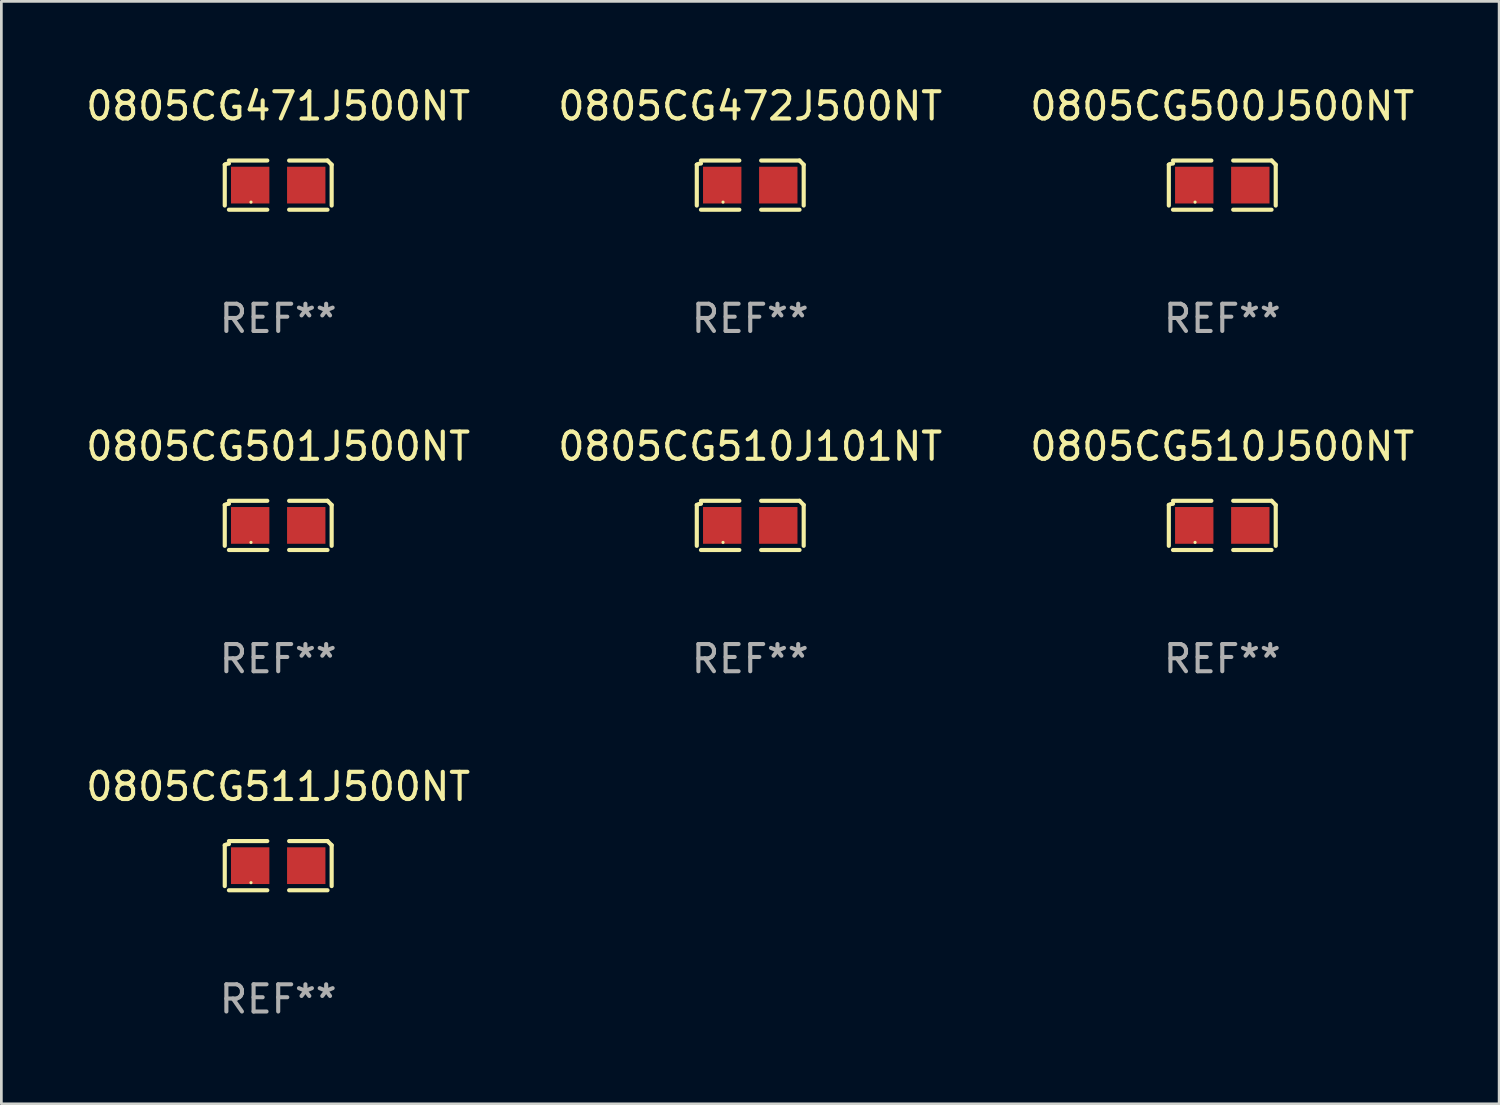
<source format=kicad_pcb>
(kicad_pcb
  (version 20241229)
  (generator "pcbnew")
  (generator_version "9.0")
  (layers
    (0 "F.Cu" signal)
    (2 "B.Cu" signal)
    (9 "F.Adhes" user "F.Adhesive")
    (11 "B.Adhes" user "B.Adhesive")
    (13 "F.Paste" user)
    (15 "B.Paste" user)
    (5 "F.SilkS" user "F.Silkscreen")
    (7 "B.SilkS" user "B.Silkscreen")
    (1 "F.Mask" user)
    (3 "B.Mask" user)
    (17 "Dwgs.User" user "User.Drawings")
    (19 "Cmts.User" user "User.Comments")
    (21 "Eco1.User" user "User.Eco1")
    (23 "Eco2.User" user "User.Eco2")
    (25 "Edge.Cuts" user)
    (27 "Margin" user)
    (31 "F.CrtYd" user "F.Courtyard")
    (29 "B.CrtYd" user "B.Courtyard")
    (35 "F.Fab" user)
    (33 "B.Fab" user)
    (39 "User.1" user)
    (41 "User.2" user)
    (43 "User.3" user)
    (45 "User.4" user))
  (footprint "0805CG471J500NT"
    (layer "F.Cu")
    (at 7.173 3.752)
    (property "Reference" "0805CG471J500NT" (at 0 -2.904 0) (layer "F.SilkS") (effects (font (size 1 1) (thickness 0.15))))
    (attr through_hole)
    (fp_line (start -1.964 0.751) (end -1.964 -0.751) (stroke (width 0.152) (type solid)) (layer "F.SilkS"))
    (fp_line (start -1.811 -0.904) (end -0.401 -0.904) (stroke (width 0.152) (type solid)) (layer "F.SilkS"))
    (fp_line (start -0.401 0.904) (end -1.811 0.904) (stroke (width 0.152) (type solid)) (layer "F.SilkS"))
    (fp_line (start 0.401 0.904) (end 1.811 0.904) (stroke (width 0.152) (type solid)) (layer "F.SilkS"))
    (fp_line (start 1.811 -0.904) (end 0.401 -0.904) (stroke (width 0.152) (type solid)) (layer "F.SilkS"))
    (fp_line (start 1.964 0.751) (end 1.964 -0.751) (stroke (width 0.152) (type solid)) (layer "F.SilkS"))
    (fp_arc (start -1.963602 -0.751207) (mid -1.890354 -0.783131) (end -1.811201 -0.794044) (stroke (width 0.1524) (type solid)) (layer "F.SilkS"))
    (fp_arc (start 1.811202 -0.903607) (mid 1.887413 -0.827418) (end 1.963602 -0.751207) (stroke (width 0.1524) (type solid)) (layer "F.SilkS"))
    (fp_circle (center -1 0.625) (end -0.97 0.625) (stroke (width 0.06) (type solid)) (fill no) (layer "F.SilkS"))
    (fp_text user "REF**" (at 0 4.904 0) (layer "F.Fab") (effects (font (size 1 1) (thickness 0.15))))
    (pad "1" smd rect (at -1.03 0) (size 1.41 1.35) (layers "F.Cu" "F.Mask" "F.Paste"))
    (pad "2" smd rect (at 1.03 0) (size 1.41 1.35) (layers "F.Cu" "F.Mask" "F.Paste")))
  (footprint "0805CG472J500NT"
    (layer "F.Cu")
    (at 24.518 3.752)
    (property "Reference" "0805CG472J500NT" (at 0 -2.904 0) (layer "F.SilkS") (effects (font (size 1 1) (thickness 0.15))))
    (attr through_hole)
    (fp_line (start -1.964 0.751) (end -1.964 -0.751) (stroke (width 0.152) (type solid)) (layer "F.SilkS"))
    (fp_line (start -1.811 -0.904) (end -0.401 -0.904) (stroke (width 0.152) (type solid)) (layer "F.SilkS"))
    (fp_line (start -0.401 0.904) (end -1.811 0.904) (stroke (width 0.152) (type solid)) (layer "F.SilkS"))
    (fp_line (start 0.401 0.904) (end 1.811 0.904) (stroke (width 0.152) (type solid)) (layer "F.SilkS"))
    (fp_line (start 1.811 -0.904) (end 0.401 -0.904) (stroke (width 0.152) (type solid)) (layer "F.SilkS"))
    (fp_line (start 1.964 0.751) (end 1.964 -0.751) (stroke (width 0.152) (type solid)) (layer "F.SilkS"))
    (fp_arc (start -1.963602 -0.751207) (mid -1.890354 -0.783131) (end -1.811201 -0.794044) (stroke (width 0.1524) (type solid)) (layer "F.SilkS"))
    (fp_arc (start 1.811202 -0.903607) (mid 1.887413 -0.827418) (end 1.963602 -0.751207) (stroke (width 0.1524) (type solid)) (layer "F.SilkS"))
    (fp_circle (center -1 0.625) (end -0.97 0.625) (stroke (width 0.06) (type solid)) (fill no) (layer "F.SilkS"))
    (fp_text user "REF**" (at 0 4.904 0) (layer "F.Fab") (effects (font (size 1 1) (thickness 0.15))))
    (pad "1" smd rect (at -1.03 0) (size 1.41 1.35) (layers "F.Cu" "F.Mask" "F.Paste"))
    (pad "2" smd rect (at 1.03 0) (size 1.41 1.35) (layers "F.Cu" "F.Mask" "F.Paste")))
  (footprint "0805CG500J500NT"
    (layer "F.Cu")
    (at 41.863 3.752)
    (property "Reference" "0805CG500J500NT" (at 0 -2.904 0) (layer "F.SilkS") (effects (font (size 1 1) (thickness 0.15))))
    (attr through_hole)
    (fp_line (start -1.964 0.751) (end -1.964 -0.751) (stroke (width 0.152) (type solid)) (layer "F.SilkS"))
    (fp_line (start -1.811 -0.904) (end -0.401 -0.904) (stroke (width 0.152) (type solid)) (layer "F.SilkS"))
    (fp_line (start -0.401 0.904) (end -1.811 0.904) (stroke (width 0.152) (type solid)) (layer "F.SilkS"))
    (fp_line (start 0.401 0.904) (end 1.811 0.904) (stroke (width 0.152) (type solid)) (layer "F.SilkS"))
    (fp_line (start 1.811 -0.904) (end 0.401 -0.904) (stroke (width 0.152) (type solid)) (layer "F.SilkS"))
    (fp_line (start 1.964 0.751) (end 1.964 -0.751) (stroke (width 0.152) (type solid)) (layer "F.SilkS"))
    (fp_arc (start -1.963602 -0.751207) (mid -1.890354 -0.783131) (end -1.811201 -0.794044) (stroke (width 0.1524) (type solid)) (layer "F.SilkS"))
    (fp_arc (start 1.811202 -0.903607) (mid 1.887413 -0.827418) (end 1.963602 -0.751207) (stroke (width 0.1524) (type solid)) (layer "F.SilkS"))
    (fp_circle (center -1 0.625) (end -0.97 0.625) (stroke (width 0.06) (type solid)) (fill no) (layer "F.SilkS"))
    (fp_text user "REF**" (at 0 4.904 0) (layer "F.Fab") (effects (font (size 1 1) (thickness 0.15))))
    (pad "1" smd rect (at -1.03 0) (size 1.41 1.35) (layers "F.Cu" "F.Mask" "F.Paste"))
    (pad "2" smd rect (at 1.03 0) (size 1.41 1.35) (layers "F.Cu" "F.Mask" "F.Paste")))
  (footprint "0805CG511J500NT"
    (layer "F.Cu")
    (at 7.173 28.759)
    (property "Reference" "0805CG511J500NT" (at 0 -2.904 0) (layer "F.SilkS") (effects (font (size 1 1) (thickness 0.15))))
    (attr through_hole)
    (fp_line (start -1.964 0.751) (end -1.964 -0.751) (stroke (width 0.152) (type solid)) (layer "F.SilkS"))
    (fp_line (start -1.811 -0.904) (end -0.401 -0.904) (stroke (width 0.152) (type solid)) (layer "F.SilkS"))
    (fp_line (start -0.401 0.904) (end -1.811 0.904) (stroke (width 0.152) (type solid)) (layer "F.SilkS"))
    (fp_line (start 0.401 0.904) (end 1.811 0.904) (stroke (width 0.152) (type solid)) (layer "F.SilkS"))
    (fp_line (start 1.811 -0.904) (end 0.401 -0.904) (stroke (width 0.152) (type solid)) (layer "F.SilkS"))
    (fp_line (start 1.964 0.751) (end 1.964 -0.751) (stroke (width 0.152) (type solid)) (layer "F.SilkS"))
    (fp_arc (start -1.963602 -0.751207) (mid -1.890354 -0.783131) (end -1.811201 -0.794044) (stroke (width 0.1524) (type solid)) (layer "F.SilkS"))
    (fp_arc (start 1.811202 -0.903607) (mid 1.887413 -0.827418) (end 1.963602 -0.751207) (stroke (width 0.1524) (type solid)) (layer "F.SilkS"))
    (fp_circle (center -1 0.625) (end -0.97 0.625) (stroke (width 0.06) (type solid)) (fill no) (layer "F.SilkS"))
    (fp_text user "REF**" (at 0 4.904 0) (layer "F.Fab") (effects (font (size 1 1) (thickness 0.15))))
    (pad "1" smd rect (at -1.03 0) (size 1.41 1.35) (layers "F.Cu" "F.Mask" "F.Paste"))
    (pad "2" smd rect (at 1.03 0) (size 1.41 1.35) (layers "F.Cu" "F.Mask" "F.Paste")))
  (footprint "0805CG510J500NT"
    (layer "F.Cu")
    (at 41.863 16.256)
    (property "Reference" "0805CG510J500NT" (at 0 -2.904 0) (layer "F.SilkS") (effects (font (size 1 1) (thickness 0.15))))
    (attr through_hole)
    (fp_line (start -1.964 0.751) (end -1.964 -0.751) (stroke (width 0.152) (type solid)) (layer "F.SilkS"))
    (fp_line (start -1.811 -0.904) (end -0.401 -0.904) (stroke (width 0.152) (type solid)) (layer "F.SilkS"))
    (fp_line (start -0.401 0.904) (end -1.811 0.904) (stroke (width 0.152) (type solid)) (layer "F.SilkS"))
    (fp_line (start 0.401 0.904) (end 1.811 0.904) (stroke (width 0.152) (type solid)) (layer "F.SilkS"))
    (fp_line (start 1.811 -0.904) (end 0.401 -0.904) (stroke (width 0.152) (type solid)) (layer "F.SilkS"))
    (fp_line (start 1.964 0.751) (end 1.964 -0.751) (stroke (width 0.152) (type solid)) (layer "F.SilkS"))
    (fp_arc (start -1.963602 -0.751207) (mid -1.890354 -0.783131) (end -1.811201 -0.794044) (stroke (width 0.1524) (type solid)) (layer "F.SilkS"))
    (fp_arc (start 1.811202 -0.903607) (mid 1.887413 -0.827418) (end 1.963602 -0.751207) (stroke (width 0.1524) (type solid)) (layer "F.SilkS"))
    (fp_circle (center -1 0.625) (end -0.97 0.625) (stroke (width 0.06) (type solid)) (fill no) (layer "F.SilkS"))
    (fp_text user "REF**" (at 0 4.904 0) (layer "F.Fab") (effects (font (size 1 1) (thickness 0.15))))
    (pad "1" smd rect (at -1.03 0) (size 1.41 1.35) (layers "F.Cu" "F.Mask" "F.Paste"))
    (pad "2" smd rect (at 1.03 0) (size 1.41 1.35) (layers "F.Cu" "F.Mask" "F.Paste")))
  (footprint "0805CG501J500NT"
    (layer "F.Cu")
    (at 7.173 16.256)
    (property "Reference" "0805CG501J500NT" (at 0 -2.904 0) (layer "F.SilkS") (effects (font (size 1 1) (thickness 0.15))))
    (attr through_hole)
    (fp_line (start -1.964 0.751) (end -1.964 -0.751) (stroke (width 0.152) (type solid)) (layer "F.SilkS"))
    (fp_line (start -1.811 -0.904) (end -0.401 -0.904) (stroke (width 0.152) (type solid)) (layer "F.SilkS"))
    (fp_line (start -0.401 0.904) (end -1.811 0.904) (stroke (width 0.152) (type solid)) (layer "F.SilkS"))
    (fp_line (start 0.401 0.904) (end 1.811 0.904) (stroke (width 0.152) (type solid)) (layer "F.SilkS"))
    (fp_line (start 1.811 -0.904) (end 0.401 -0.904) (stroke (width 0.152) (type solid)) (layer "F.SilkS"))
    (fp_line (start 1.964 0.751) (end 1.964 -0.751) (stroke (width 0.152) (type solid)) (layer "F.SilkS"))
    (fp_arc (start -1.963602 -0.751207) (mid -1.890354 -0.783131) (end -1.811201 -0.794044) (stroke (width 0.1524) (type solid)) (layer "F.SilkS"))
    (fp_arc (start 1.811202 -0.903607) (mid 1.887413 -0.827418) (end 1.963602 -0.751207) (stroke (width 0.1524) (type solid)) (layer "F.SilkS"))
    (fp_circle (center -1 0.625) (end -0.97 0.625) (stroke (width 0.06) (type solid)) (fill no) (layer "F.SilkS"))
    (fp_text user "REF**" (at 0 4.904 0) (layer "F.Fab") (effects (font (size 1 1) (thickness 0.15))))
    (pad "1" smd rect (at -1.03 0) (size 1.41 1.35) (layers "F.Cu" "F.Mask" "F.Paste"))
    (pad "2" smd rect (at 1.03 0) (size 1.41 1.35) (layers "F.Cu" "F.Mask" "F.Paste")))
  (footprint "0805CG510J101NT"
    (layer "F.Cu")
    (at 24.518 16.256)
    (property "Reference" "0805CG510J101NT" (at 0 -2.904 0) (layer "F.SilkS") (effects (font (size 1 1) (thickness 0.15))))
    (attr through_hole)
    (fp_line (start -1.964 0.751) (end -1.964 -0.751) (stroke (width 0.152) (type solid)) (layer "F.SilkS"))
    (fp_line (start -1.811 -0.904) (end -0.401 -0.904) (stroke (width 0.152) (type solid)) (layer "F.SilkS"))
    (fp_line (start -0.401 0.904) (end -1.811 0.904) (stroke (width 0.152) (type solid)) (layer "F.SilkS"))
    (fp_line (start 0.401 0.904) (end 1.811 0.904) (stroke (width 0.152) (type solid)) (layer "F.SilkS"))
    (fp_line (start 1.811 -0.904) (end 0.401 -0.904) (stroke (width 0.152) (type solid)) (layer "F.SilkS"))
    (fp_line (start 1.964 0.751) (end 1.964 -0.751) (stroke (width 0.152) (type solid)) (layer "F.SilkS"))
    (fp_arc (start -1.963602 -0.751207) (mid -1.890354 -0.783131) (end -1.811201 -0.794044) (stroke (width 0.1524) (type solid)) (layer "F.SilkS"))
    (fp_arc (start 1.811202 -0.903607) (mid 1.887413 -0.827418) (end 1.963602 -0.751207) (stroke (width 0.1524) (type solid)) (layer "F.SilkS"))
    (fp_circle (center -1 0.625) (end -0.97 0.625) (stroke (width 0.06) (type solid)) (fill no) (layer "F.SilkS"))
    (fp_text user "REF**" (at 0 4.904 0) (layer "F.Fab") (effects (font (size 1 1) (thickness 0.15))))
    (pad "1" smd rect (at -1.03 0) (size 1.41 1.35) (layers "F.Cu" "F.Mask" "F.Paste"))
    (pad "2" smd rect (at 1.03 0) (size 1.41 1.35) (layers "F.Cu" "F.Mask" "F.Paste")))
  (gr_rect
    (start -3 -3)
    (end 52.036 37.511)
    (stroke (width 0.1) (type default))
    (fill no)
    (layer "Edge.Cuts")))
</source>
